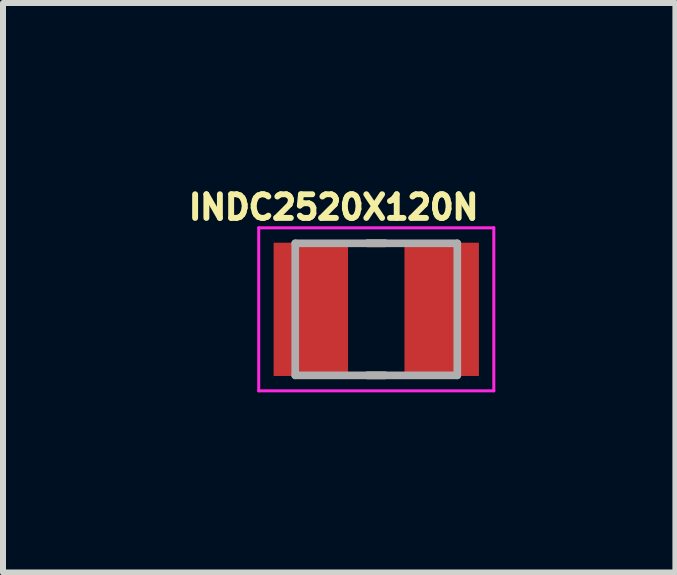
<source format=kicad_pcb>
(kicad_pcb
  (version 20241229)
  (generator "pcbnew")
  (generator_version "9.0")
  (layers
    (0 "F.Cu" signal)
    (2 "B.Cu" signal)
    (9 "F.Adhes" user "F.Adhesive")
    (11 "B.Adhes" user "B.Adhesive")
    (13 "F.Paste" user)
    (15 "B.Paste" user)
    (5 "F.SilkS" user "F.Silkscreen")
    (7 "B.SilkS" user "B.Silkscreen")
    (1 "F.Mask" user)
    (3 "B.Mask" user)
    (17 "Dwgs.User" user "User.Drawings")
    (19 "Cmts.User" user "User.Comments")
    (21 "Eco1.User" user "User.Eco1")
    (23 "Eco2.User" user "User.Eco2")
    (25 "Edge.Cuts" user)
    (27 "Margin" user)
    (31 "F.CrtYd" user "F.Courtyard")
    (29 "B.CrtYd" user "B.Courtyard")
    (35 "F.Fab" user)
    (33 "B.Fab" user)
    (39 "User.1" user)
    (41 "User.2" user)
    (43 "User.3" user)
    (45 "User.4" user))
  (footprint "INDC2520X120N"
    (layer "F.Cu")
    (at 3.218 2.103)
    (property "Reference" "INDC2520X120N" (at -0.71 -1.7 0) (layer "F.SilkS") (effects (font (size 0.394 0.394) (thickness 0.15))))
    (attr smd)
    (fp_line (start -0.15 -1.1) (end 0.15 -1.1) (stroke (width 0.127) (type solid)) (layer "F.SilkS"))
    (fp_line (start -0.15 1.1) (end 0.15 1.1) (stroke (width 0.127) (type solid)) (layer "F.SilkS"))
    (fp_line (start -1.958 -1.358) (end 1.958 -1.358) (stroke (width 0.05) (type solid)) (layer "F.CrtYd"))
    (fp_line (start -1.958 1.358) (end -1.958 -1.358) (stroke (width 0.05) (type solid)) (layer "F.CrtYd"))
    (fp_line (start -1.958 1.358) (end 1.958 1.358) (stroke (width 0.05) (type solid)) (layer "F.CrtYd"))
    (fp_line (start 1.958 1.358) (end 1.958 -1.358) (stroke (width 0.05) (type solid)) (layer "F.CrtYd"))
    (fp_line (start -1.35 1.1) (end -1.35 -1.1) (stroke (width 0.127) (type solid)) (layer "F.Fab"))
    (fp_line (start 1.35 -1.1) (end -1.35 -1.1) (stroke (width 0.127) (type solid)) (layer "F.Fab"))
    (fp_line (start 1.35 1.1) (end -1.35 1.1) (stroke (width 0.127) (type solid)) (layer "F.Fab"))
    (fp_line (start 1.35 1.1) (end 1.35 -1.1) (stroke (width 0.127) (type solid)) (layer "F.Fab"))
    (pad "1" smd rect (at -1.09 0) (size 1.24 2.22) (layers "F.Cu" "F.Mask" "F.Paste"))
    (pad "2" smd rect (at 1.09 0) (size 1.24 2.22) (layers "F.Cu" "F.Mask" "F.Paste")))
  (gr_rect
    (start -3 -3)
    (end 8.201 6.486)
    (stroke (width 0.1) (type default))
    (fill no)
    (layer "Edge.Cuts")))
</source>
